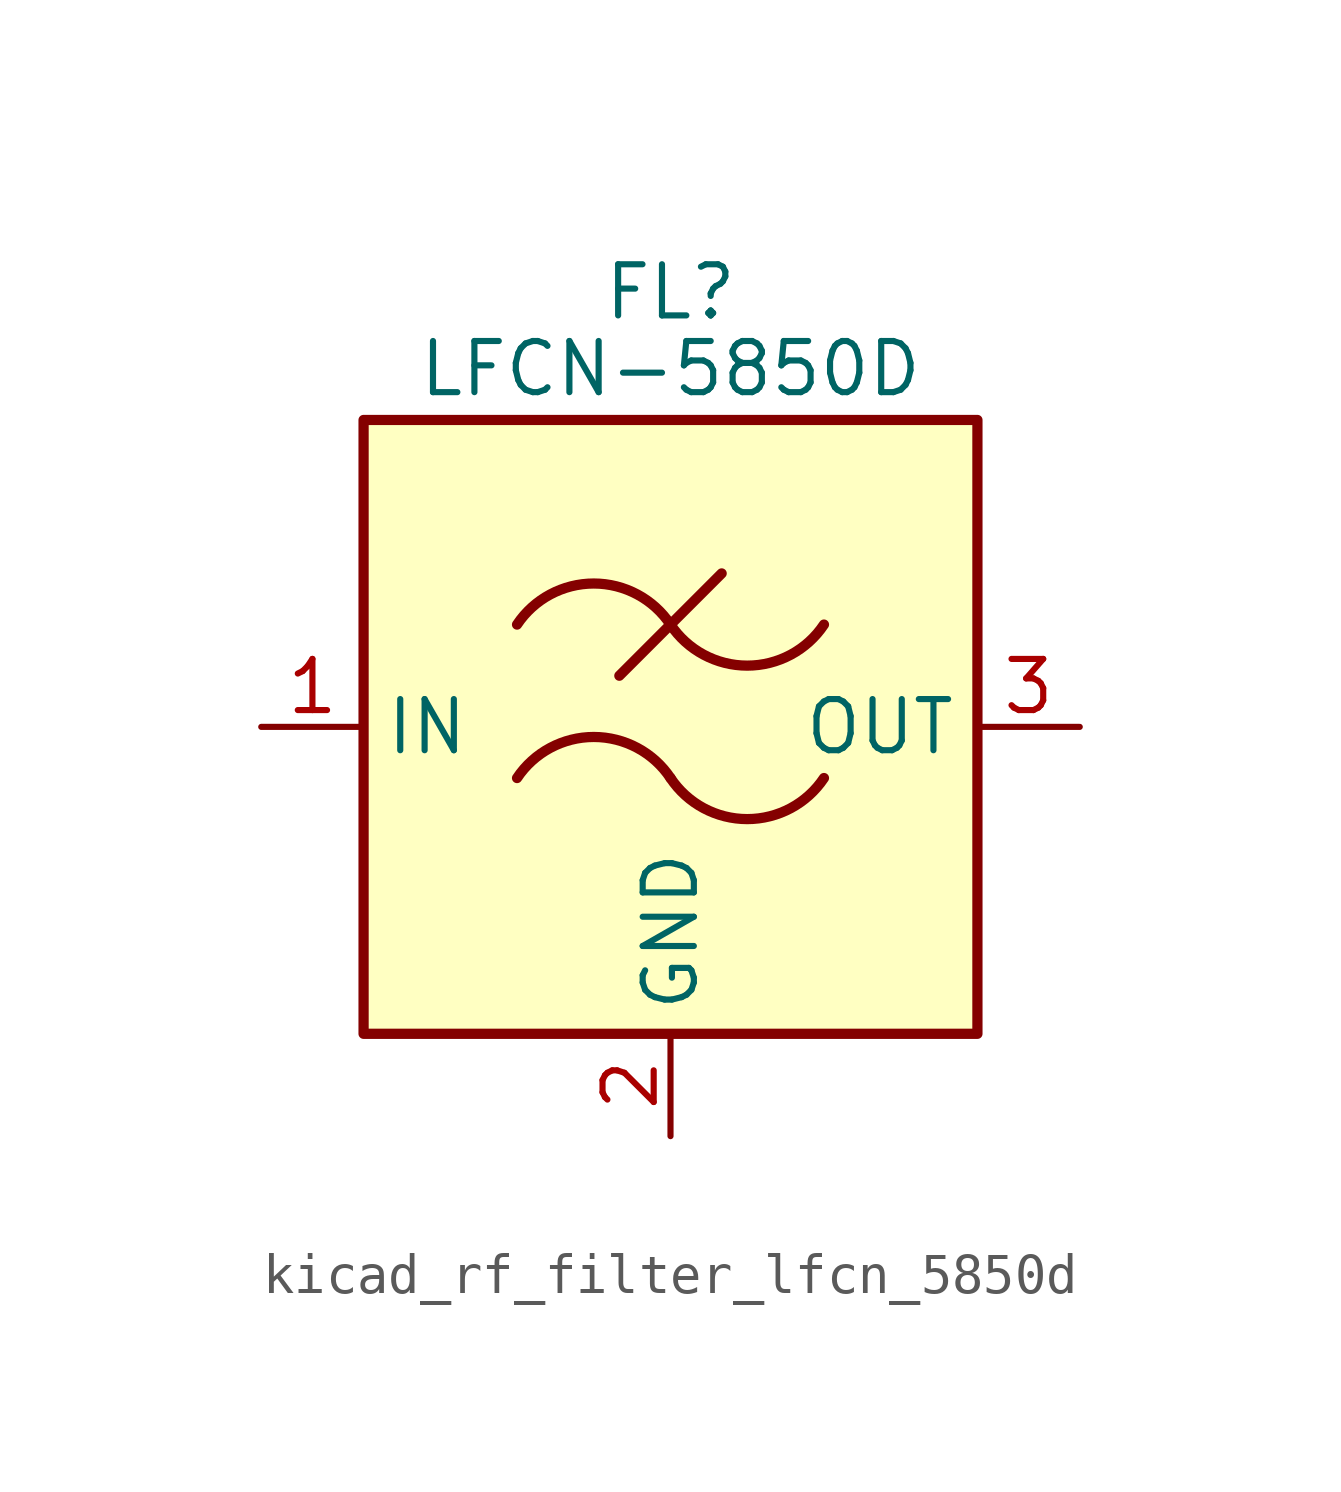
<source format=kicad_sym>
(kicad_symbol_lib
  (version 20220914)
  (generator kicad_symbol_editor)
  (symbol "kicad_rf_filter_lfcn_5850d"
    (property "Reference" "FL"
      (at 0 10.795 0)
      (effects (font (size 1.27 1.27))))
    (property "Value" "LFCN-5850D"
      (at 0 8.89 0)
      (effects (font (size 1.27 1.27))))
    (symbol "kicad_rf_filter_lfcn_5850d_0_1"
      (rectangle (start -7.62 7.62) (end 7.62 -7.62) (stroke (width 0.254) (type default)) (fill (type background)))
      (arc (start 0 -1.27) (mid -1.905 -0.2505) (end -3.81 -1.27) (stroke (width 0.254) (type default)) (fill (type none)))
      (arc (start 0 -1.27) (mid 1.905 -2.2895) (end 3.81 -1.27) (stroke (width 0.254) (type default)) (fill (type none)))
      (polyline (pts (xy -1.27 1.27) (xy 1.27 3.81)) (stroke (width 0.254) (type default)) (fill (type none)))
      (arc (start 0 2.54) (mid -1.905 3.5595) (end -3.81 2.54) (stroke (width 0.254) (type default)) (fill (type none)))
      (arc (start 0 2.54) (mid 1.905 1.5205) (end 3.81 2.54) (stroke (width 0.254) (type default)) (fill (type none))))
    (symbol "kicad_rf_filter_lfcn_5850d_1_1"
      (pin passive line (at -10.16 0 0) (length 2.54) (name "IN" (effects (font (size 1.27 1.27)))) (number "1" (effects (font (size 1.27 1.27)))))
      (pin passive line (at 0 -10.16 90) (length 2.54) (name "GND" (effects (font (size 1.27 1.27)))) (number "2" (effects (font (size 1.27 1.27)))))
      (pin passive line (at 10.16 0 180) (length 2.54) (name "OUT" (effects (font (size 1.27 1.27)))) (number "3" (effects (font (size 1.27 1.27)))))
      (pin passive line (at 0 -10.16 90) (length 2.54) hide (name "GND" (effects (font (size 1.27 1.27)))) (number "4" (effects (font (size 1.27 1.27))))))))
</source>
